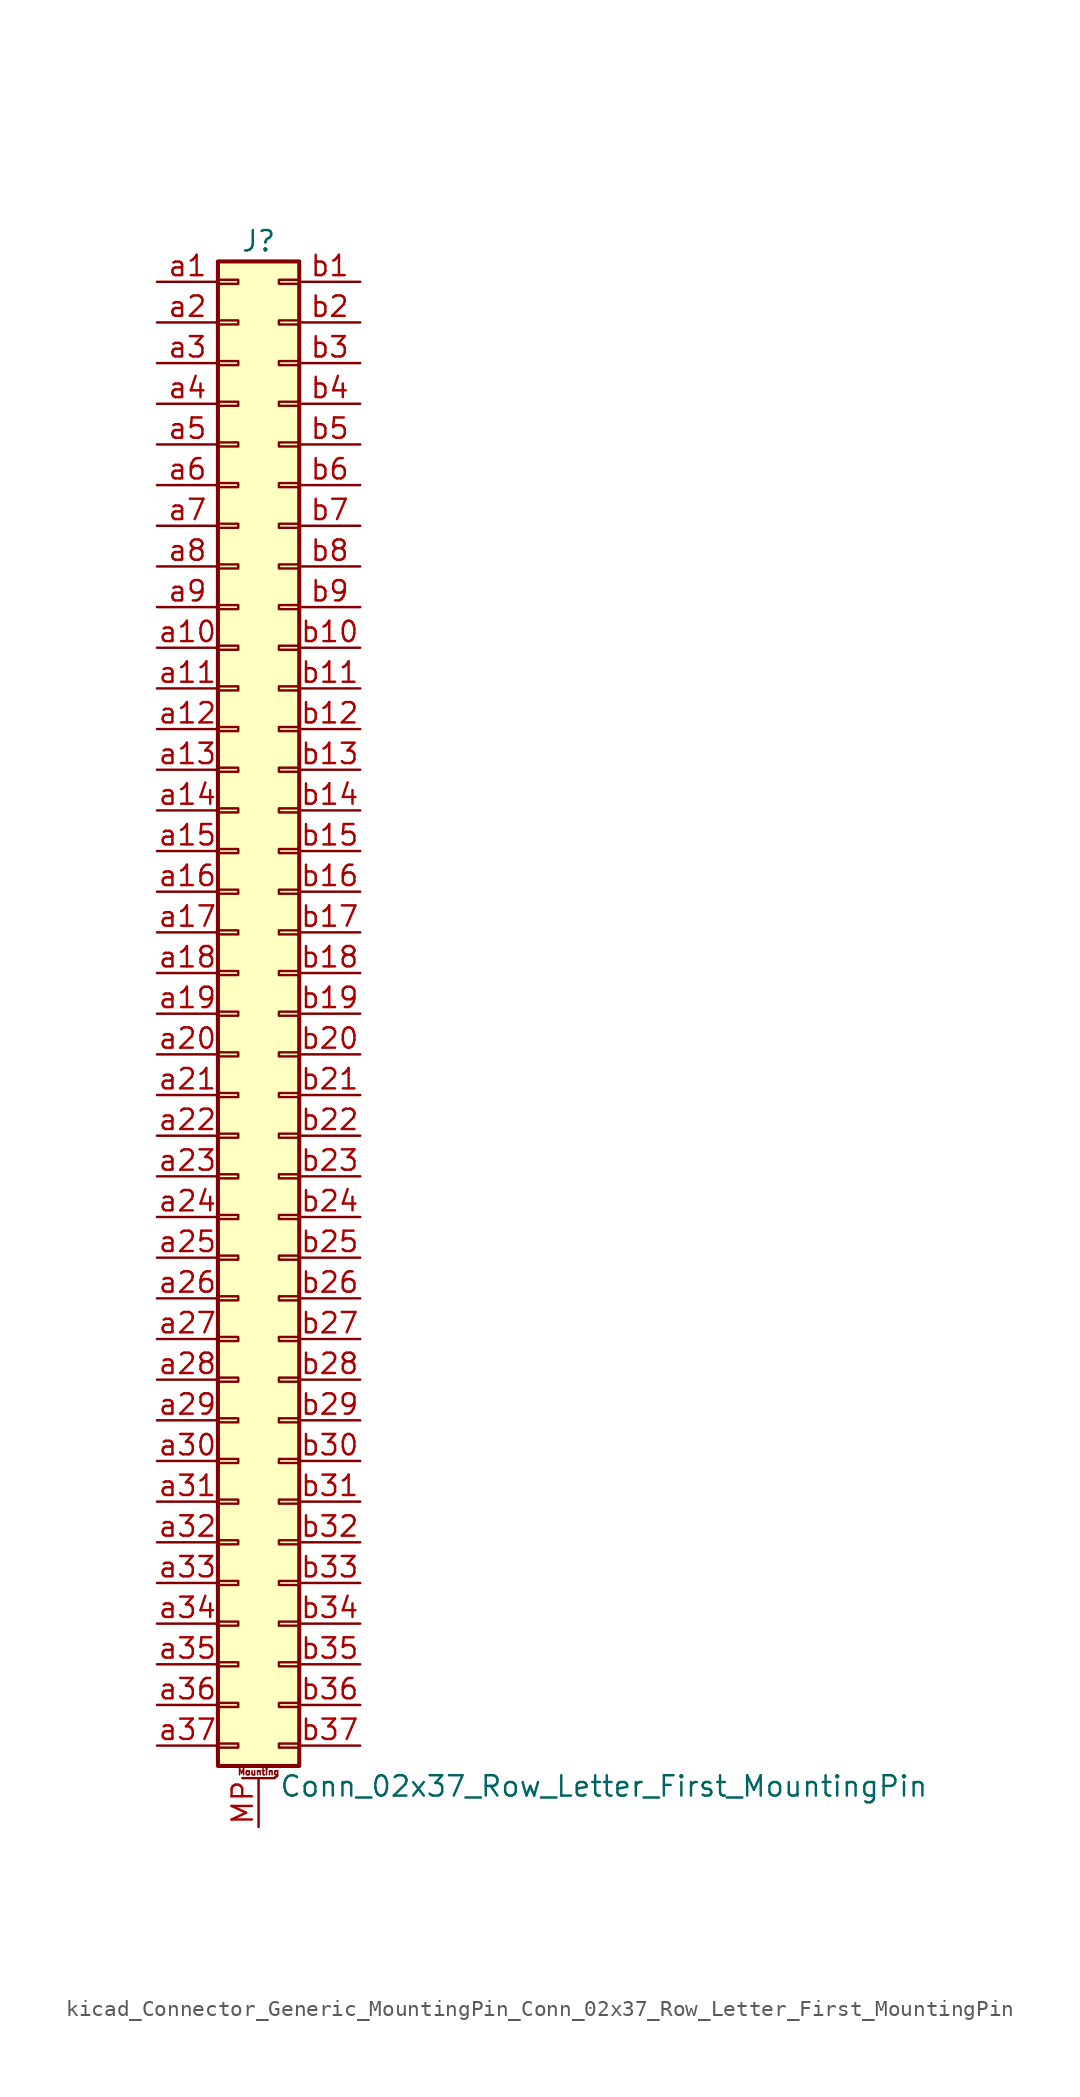
<source format=kicad_sym>
(kicad_symbol_lib
  (version 20220914)
  (generator kicad_symbol_editor)
  (symbol "kicad_Connector_Generic_MountingPin_Conn_02x37_Row_Letter_First_MountingPin"
    (pin_names
      (offset 1.016) hide)
    (property "Reference" "J"
      (at 1.27 48.26 0)
      (effects (font (size 1.27 1.27))))
    (property "Value" "Conn_02x37_Row_Letter_First_MountingPin"
      (at 2.54 -48.26 0)
      (effects (font (size 1.27 1.27)) (justify left)))
    (symbol "kicad_Connector_Generic_MountingPin_Conn_02x37_Row_Letter_First_MountingPin_1_1"
      (rectangle (start -1.27 -45.593) (end 0 -45.847) (stroke (width 0.152) (type default)) (fill (type none)))
      (rectangle (start -1.27 -43.053) (end 0 -43.307) (stroke (width 0.152) (type default)) (fill (type none)))
      (rectangle (start -1.27 -40.513) (end 0 -40.767) (stroke (width 0.152) (type default)) (fill (type none)))
      (rectangle (start -1.27 -37.973) (end 0 -38.227) (stroke (width 0.152) (type default)) (fill (type none)))
      (rectangle (start -1.27 -35.433) (end 0 -35.687) (stroke (width 0.152) (type default)) (fill (type none)))
      (rectangle (start -1.27 -32.893) (end 0 -33.147) (stroke (width 0.152) (type default)) (fill (type none)))
      (rectangle (start -1.27 -30.353) (end 0 -30.607) (stroke (width 0.152) (type default)) (fill (type none)))
      (rectangle (start -1.27 -27.813) (end 0 -28.067) (stroke (width 0.152) (type default)) (fill (type none)))
      (rectangle (start -1.27 -25.273) (end 0 -25.527) (stroke (width 0.152) (type default)) (fill (type none)))
      (rectangle (start -1.27 -22.733) (end 0 -22.987) (stroke (width 0.152) (type default)) (fill (type none)))
      (rectangle (start -1.27 -20.193) (end 0 -20.447) (stroke (width 0.152) (type default)) (fill (type none)))
      (rectangle (start -1.27 -17.653) (end 0 -17.907) (stroke (width 0.152) (type default)) (fill (type none)))
      (rectangle (start -1.27 -15.113) (end 0 -15.367) (stroke (width 0.152) (type default)) (fill (type none)))
      (rectangle (start -1.27 -12.573) (end 0 -12.827) (stroke (width 0.152) (type default)) (fill (type none)))
      (rectangle (start -1.27 -10.033) (end 0 -10.287) (stroke (width 0.152) (type default)) (fill (type none)))
      (rectangle (start -1.27 -7.493) (end 0 -7.747) (stroke (width 0.152) (type default)) (fill (type none)))
      (rectangle (start -1.27 -4.953) (end 0 -5.207) (stroke (width 0.152) (type default)) (fill (type none)))
      (rectangle (start -1.27 -2.413) (end 0 -2.667) (stroke (width 0.152) (type default)) (fill (type none)))
      (rectangle (start -1.27 0.127) (end 0 -0.127) (stroke (width 0.152) (type default)) (fill (type none)))
      (rectangle (start -1.27 2.667) (end 0 2.413) (stroke (width 0.152) (type default)) (fill (type none)))
      (rectangle (start -1.27 5.207) (end 0 4.953) (stroke (width 0.152) (type default)) (fill (type none)))
      (rectangle (start -1.27 7.747) (end 0 7.493) (stroke (width 0.152) (type default)) (fill (type none)))
      (rectangle (start -1.27 10.287) (end 0 10.033) (stroke (width 0.152) (type default)) (fill (type none)))
      (rectangle (start -1.27 12.827) (end 0 12.573) (stroke (width 0.152) (type default)) (fill (type none)))
      (rectangle (start -1.27 15.367) (end 0 15.113) (stroke (width 0.152) (type default)) (fill (type none)))
      (rectangle (start -1.27 17.907) (end 0 17.653) (stroke (width 0.152) (type default)) (fill (type none)))
      (rectangle (start -1.27 20.447) (end 0 20.193) (stroke (width 0.152) (type default)) (fill (type none)))
      (rectangle (start -1.27 22.987) (end 0 22.733) (stroke (width 0.152) (type default)) (fill (type none)))
      (rectangle (start -1.27 25.527) (end 0 25.273) (stroke (width 0.152) (type default)) (fill (type none)))
      (rectangle (start -1.27 28.067) (end 0 27.813) (stroke (width 0.152) (type default)) (fill (type none)))
      (rectangle (start -1.27 30.607) (end 0 30.353) (stroke (width 0.152) (type default)) (fill (type none)))
      (rectangle (start -1.27 33.147) (end 0 32.893) (stroke (width 0.152) (type default)) (fill (type none)))
      (rectangle (start -1.27 35.687) (end 0 35.433) (stroke (width 0.152) (type default)) (fill (type none)))
      (rectangle (start -1.27 38.227) (end 0 37.973) (stroke (width 0.152) (type default)) (fill (type none)))
      (rectangle (start -1.27 40.767) (end 0 40.513) (stroke (width 0.152) (type default)) (fill (type none)))
      (rectangle (start -1.27 43.307) (end 0 43.053) (stroke (width 0.152) (type default)) (fill (type none)))
      (rectangle (start -1.27 45.847) (end 0 45.593) (stroke (width 0.152) (type default)) (fill (type none)))
      (rectangle (start -1.27 46.99) (end 3.81 -46.99) (stroke (width 0.254) (type default)) (fill (type background)))
      (polyline (pts (xy 0.254 -47.752) (xy 2.286 -47.752)) (stroke (width 0.152) (type default)) (fill (type none)))
      (rectangle (start 3.81 -45.593) (end 2.54 -45.847) (stroke (width 0.152) (type default)) (fill (type none)))
      (rectangle (start 3.81 -43.053) (end 2.54 -43.307) (stroke (width 0.152) (type default)) (fill (type none)))
      (rectangle (start 3.81 -40.513) (end 2.54 -40.767) (stroke (width 0.152) (type default)) (fill (type none)))
      (rectangle (start 3.81 -37.973) (end 2.54 -38.227) (stroke (width 0.152) (type default)) (fill (type none)))
      (rectangle (start 3.81 -35.433) (end 2.54 -35.687) (stroke (width 0.152) (type default)) (fill (type none)))
      (rectangle (start 3.81 -32.893) (end 2.54 -33.147) (stroke (width 0.152) (type default)) (fill (type none)))
      (rectangle (start 3.81 -30.353) (end 2.54 -30.607) (stroke (width 0.152) (type default)) (fill (type none)))
      (rectangle (start 3.81 -27.813) (end 2.54 -28.067) (stroke (width 0.152) (type default)) (fill (type none)))
      (rectangle (start 3.81 -25.273) (end 2.54 -25.527) (stroke (width 0.152) (type default)) (fill (type none)))
      (rectangle (start 3.81 -22.733) (end 2.54 -22.987) (stroke (width 0.152) (type default)) (fill (type none)))
      (rectangle (start 3.81 -20.193) (end 2.54 -20.447) (stroke (width 0.152) (type default)) (fill (type none)))
      (rectangle (start 3.81 -17.653) (end 2.54 -17.907) (stroke (width 0.152) (type default)) (fill (type none)))
      (rectangle (start 3.81 -15.113) (end 2.54 -15.367) (stroke (width 0.152) (type default)) (fill (type none)))
      (rectangle (start 3.81 -12.573) (end 2.54 -12.827) (stroke (width 0.152) (type default)) (fill (type none)))
      (rectangle (start 3.81 -10.033) (end 2.54 -10.287) (stroke (width 0.152) (type default)) (fill (type none)))
      (rectangle (start 3.81 -7.493) (end 2.54 -7.747) (stroke (width 0.152) (type default)) (fill (type none)))
      (rectangle (start 3.81 -4.953) (end 2.54 -5.207) (stroke (width 0.152) (type default)) (fill (type none)))
      (rectangle (start 3.81 -2.413) (end 2.54 -2.667) (stroke (width 0.152) (type default)) (fill (type none)))
      (rectangle (start 3.81 0.127) (end 2.54 -0.127) (stroke (width 0.152) (type default)) (fill (type none)))
      (rectangle (start 3.81 2.667) (end 2.54 2.413) (stroke (width 0.152) (type default)) (fill (type none)))
      (rectangle (start 3.81 5.207) (end 2.54 4.953) (stroke (width 0.152) (type default)) (fill (type none)))
      (rectangle (start 3.81 7.747) (end 2.54 7.493) (stroke (width 0.152) (type default)) (fill (type none)))
      (rectangle (start 3.81 10.287) (end 2.54 10.033) (stroke (width 0.152) (type default)) (fill (type none)))
      (rectangle (start 3.81 12.827) (end 2.54 12.573) (stroke (width 0.152) (type default)) (fill (type none)))
      (rectangle (start 3.81 15.367) (end 2.54 15.113) (stroke (width 0.152) (type default)) (fill (type none)))
      (rectangle (start 3.81 17.907) (end 2.54 17.653) (stroke (width 0.152) (type default)) (fill (type none)))
      (rectangle (start 3.81 20.447) (end 2.54 20.193) (stroke (width 0.152) (type default)) (fill (type none)))
      (rectangle (start 3.81 22.987) (end 2.54 22.733) (stroke (width 0.152) (type default)) (fill (type none)))
      (rectangle (start 3.81 25.527) (end 2.54 25.273) (stroke (width 0.152) (type default)) (fill (type none)))
      (rectangle (start 3.81 28.067) (end 2.54 27.813) (stroke (width 0.152) (type default)) (fill (type none)))
      (rectangle (start 3.81 30.607) (end 2.54 30.353) (stroke (width 0.152) (type default)) (fill (type none)))
      (rectangle (start 3.81 33.147) (end 2.54 32.893) (stroke (width 0.152) (type default)) (fill (type none)))
      (rectangle (start 3.81 35.687) (end 2.54 35.433) (stroke (width 0.152) (type default)) (fill (type none)))
      (rectangle (start 3.81 38.227) (end 2.54 37.973) (stroke (width 0.152) (type default)) (fill (type none)))
      (rectangle (start 3.81 40.767) (end 2.54 40.513) (stroke (width 0.152) (type default)) (fill (type none)))
      (rectangle (start 3.81 43.307) (end 2.54 43.053) (stroke (width 0.152) (type default)) (fill (type none)))
      (rectangle (start 3.81 45.847) (end 2.54 45.593) (stroke (width 0.152) (type default)) (fill (type none)))
      (text "Mounting" (at 1.27 -47.371 0) (effects (font (size 0.381 0.381))))
      (pin passive line (at 1.27 -50.8 90) (length 3.048) (name "MountPin" (effects (font (size 1.27 1.27)))) (number "MP" (effects (font (size 1.27 1.27)))))
      (pin passive line (at -5.08 45.72 0) (length 3.81) (name "Pin_a1" (effects (font (size 1.27 1.27)))) (number "a1" (effects (font (size 1.27 1.27)))))
      (pin passive line (at -5.08 22.86 0) (length 3.81) (name "Pin_a10" (effects (font (size 1.27 1.27)))) (number "a10" (effects (font (size 1.27 1.27)))))
      (pin passive line (at -5.08 20.32 0) (length 3.81) (name "Pin_a11" (effects (font (size 1.27 1.27)))) (number "a11" (effects (font (size 1.27 1.27)))))
      (pin passive line (at -5.08 17.78 0) (length 3.81) (name "Pin_a12" (effects (font (size 1.27 1.27)))) (number "a12" (effects (font (size 1.27 1.27)))))
      (pin passive line (at -5.08 15.24 0) (length 3.81) (name "Pin_a13" (effects (font (size 1.27 1.27)))) (number "a13" (effects (font (size 1.27 1.27)))))
      (pin passive line (at -5.08 12.7 0) (length 3.81) (name "Pin_a14" (effects (font (size 1.27 1.27)))) (number "a14" (effects (font (size 1.27 1.27)))))
      (pin passive line (at -5.08 10.16 0) (length 3.81) (name "Pin_a15" (effects (font (size 1.27 1.27)))) (number "a15" (effects (font (size 1.27 1.27)))))
      (pin passive line (at -5.08 7.62 0) (length 3.81) (name "Pin_a16" (effects (font (size 1.27 1.27)))) (number "a16" (effects (font (size 1.27 1.27)))))
      (pin passive line (at -5.08 5.08 0) (length 3.81) (name "Pin_a17" (effects (font (size 1.27 1.27)))) (number "a17" (effects (font (size 1.27 1.27)))))
      (pin passive line (at -5.08 2.54 0) (length 3.81) (name "Pin_a18" (effects (font (size 1.27 1.27)))) (number "a18" (effects (font (size 1.27 1.27)))))
      (pin passive line (at -5.08 0 0) (length 3.81) (name "Pin_a19" (effects (font (size 1.27 1.27)))) (number "a19" (effects (font (size 1.27 1.27)))))
      (pin passive line (at -5.08 43.18 0) (length 3.81) (name "Pin_a2" (effects (font (size 1.27 1.27)))) (number "a2" (effects (font (size 1.27 1.27)))))
      (pin passive line (at -5.08 -2.54 0) (length 3.81) (name "Pin_a20" (effects (font (size 1.27 1.27)))) (number "a20" (effects (font (size 1.27 1.27)))))
      (pin passive line (at -5.08 -5.08 0) (length 3.81) (name "Pin_a21" (effects (font (size 1.27 1.27)))) (number "a21" (effects (font (size 1.27 1.27)))))
      (pin passive line (at -5.08 -7.62 0) (length 3.81) (name "Pin_a22" (effects (font (size 1.27 1.27)))) (number "a22" (effects (font (size 1.27 1.27)))))
      (pin passive line (at -5.08 -10.16 0) (length 3.81) (name "Pin_a23" (effects (font (size 1.27 1.27)))) (number "a23" (effects (font (size 1.27 1.27)))))
      (pin passive line (at -5.08 -12.7 0) (length 3.81) (name "Pin_a24" (effects (font (size 1.27 1.27)))) (number "a24" (effects (font (size 1.27 1.27)))))
      (pin passive line (at -5.08 -15.24 0) (length 3.81) (name "Pin_a25" (effects (font (size 1.27 1.27)))) (number "a25" (effects (font (size 1.27 1.27)))))
      (pin passive line (at -5.08 -17.78 0) (length 3.81) (name "Pin_a26" (effects (font (size 1.27 1.27)))) (number "a26" (effects (font (size 1.27 1.27)))))
      (pin passive line (at -5.08 -20.32 0) (length 3.81) (name "Pin_a27" (effects (font (size 1.27 1.27)))) (number "a27" (effects (font (size 1.27 1.27)))))
      (pin passive line (at -5.08 -22.86 0) (length 3.81) (name "Pin_a28" (effects (font (size 1.27 1.27)))) (number "a28" (effects (font (size 1.27 1.27)))))
      (pin passive line (at -5.08 -25.4 0) (length 3.81) (name "Pin_a29" (effects (font (size 1.27 1.27)))) (number "a29" (effects (font (size 1.27 1.27)))))
      (pin passive line (at -5.08 40.64 0) (length 3.81) (name "Pin_a3" (effects (font (size 1.27 1.27)))) (number "a3" (effects (font (size 1.27 1.27)))))
      (pin passive line (at -5.08 -27.94 0) (length 3.81) (name "Pin_a30" (effects (font (size 1.27 1.27)))) (number "a30" (effects (font (size 1.27 1.27)))))
      (pin passive line (at -5.08 -30.48 0) (length 3.81) (name "Pin_a31" (effects (font (size 1.27 1.27)))) (number "a31" (effects (font (size 1.27 1.27)))))
      (pin passive line (at -5.08 -33.02 0) (length 3.81) (name "Pin_a32" (effects (font (size 1.27 1.27)))) (number "a32" (effects (font (size 1.27 1.27)))))
      (pin passive line (at -5.08 -35.56 0) (length 3.81) (name "Pin_a33" (effects (font (size 1.27 1.27)))) (number "a33" (effects (font (size 1.27 1.27)))))
      (pin passive line (at -5.08 -38.1 0) (length 3.81) (name "Pin_a34" (effects (font (size 1.27 1.27)))) (number "a34" (effects (font (size 1.27 1.27)))))
      (pin passive line (at -5.08 -40.64 0) (length 3.81) (name "Pin_a35" (effects (font (size 1.27 1.27)))) (number "a35" (effects (font (size 1.27 1.27)))))
      (pin passive line (at -5.08 -43.18 0) (length 3.81) (name "Pin_a36" (effects (font (size 1.27 1.27)))) (number "a36" (effects (font (size 1.27 1.27)))))
      (pin passive line (at -5.08 -45.72 0) (length 3.81) (name "Pin_a37" (effects (font (size 1.27 1.27)))) (number "a37" (effects (font (size 1.27 1.27)))))
      (pin passive line (at -5.08 38.1 0) (length 3.81) (name "Pin_a4" (effects (font (size 1.27 1.27)))) (number "a4" (effects (font (size 1.27 1.27)))))
      (pin passive line (at -5.08 35.56 0) (length 3.81) (name "Pin_a5" (effects (font (size 1.27 1.27)))) (number "a5" (effects (font (size 1.27 1.27)))))
      (pin passive line (at -5.08 33.02 0) (length 3.81) (name "Pin_a6" (effects (font (size 1.27 1.27)))) (number "a6" (effects (font (size 1.27 1.27)))))
      (pin passive line (at -5.08 30.48 0) (length 3.81) (name "Pin_a7" (effects (font (size 1.27 1.27)))) (number "a7" (effects (font (size 1.27 1.27)))))
      (pin passive line (at -5.08 27.94 0) (length 3.81) (name "Pin_a8" (effects (font (size 1.27 1.27)))) (number "a8" (effects (font (size 1.27 1.27)))))
      (pin passive line (at -5.08 25.4 0) (length 3.81) (name "Pin_a9" (effects (font (size 1.27 1.27)))) (number "a9" (effects (font (size 1.27 1.27)))))
      (pin passive line (at 7.62 45.72 180) (length 3.81) (name "Pin_b1" (effects (font (size 1.27 1.27)))) (number "b1" (effects (font (size 1.27 1.27)))))
      (pin passive line (at 7.62 22.86 180) (length 3.81) (name "Pin_b10" (effects (font (size 1.27 1.27)))) (number "b10" (effects (font (size 1.27 1.27)))))
      (pin passive line (at 7.62 20.32 180) (length 3.81) (name "Pin_b11" (effects (font (size 1.27 1.27)))) (number "b11" (effects (font (size 1.27 1.27)))))
      (pin passive line (at 7.62 17.78 180) (length 3.81) (name "Pin_b12" (effects (font (size 1.27 1.27)))) (number "b12" (effects (font (size 1.27 1.27)))))
      (pin passive line (at 7.62 15.24 180) (length 3.81) (name "Pin_b13" (effects (font (size 1.27 1.27)))) (number "b13" (effects (font (size 1.27 1.27)))))
      (pin passive line (at 7.62 12.7 180) (length 3.81) (name "Pin_b14" (effects (font (size 1.27 1.27)))) (number "b14" (effects (font (size 1.27 1.27)))))
      (pin passive line (at 7.62 10.16 180) (length 3.81) (name "Pin_b15" (effects (font (size 1.27 1.27)))) (number "b15" (effects (font (size 1.27 1.27)))))
      (pin passive line (at 7.62 7.62 180) (length 3.81) (name "Pin_b16" (effects (font (size 1.27 1.27)))) (number "b16" (effects (font (size 1.27 1.27)))))
      (pin passive line (at 7.62 5.08 180) (length 3.81) (name "Pin_b17" (effects (font (size 1.27 1.27)))) (number "b17" (effects (font (size 1.27 1.27)))))
      (pin passive line (at 7.62 2.54 180) (length 3.81) (name "Pin_b18" (effects (font (size 1.27 1.27)))) (number "b18" (effects (font (size 1.27 1.27)))))
      (pin passive line (at 7.62 0 180) (length 3.81) (name "Pin_b19" (effects (font (size 1.27 1.27)))) (number "b19" (effects (font (size 1.27 1.27)))))
      (pin passive line (at 7.62 43.18 180) (length 3.81) (name "Pin_b2" (effects (font (size 1.27 1.27)))) (number "b2" (effects (font (size 1.27 1.27)))))
      (pin passive line (at 7.62 -2.54 180) (length 3.81) (name "Pin_b20" (effects (font (size 1.27 1.27)))) (number "b20" (effects (font (size 1.27 1.27)))))
      (pin passive line (at 7.62 -5.08 180) (length 3.81) (name "Pin_b21" (effects (font (size 1.27 1.27)))) (number "b21" (effects (font (size 1.27 1.27)))))
      (pin passive line (at 7.62 -7.62 180) (length 3.81) (name "Pin_b22" (effects (font (size 1.27 1.27)))) (number "b22" (effects (font (size 1.27 1.27)))))
      (pin passive line (at 7.62 -10.16 180) (length 3.81) (name "Pin_b23" (effects (font (size 1.27 1.27)))) (number "b23" (effects (font (size 1.27 1.27)))))
      (pin passive line (at 7.62 -12.7 180) (length 3.81) (name "Pin_b24" (effects (font (size 1.27 1.27)))) (number "b24" (effects (font (size 1.27 1.27)))))
      (pin passive line (at 7.62 -15.24 180) (length 3.81) (name "Pin_b25" (effects (font (size 1.27 1.27)))) (number "b25" (effects (font (size 1.27 1.27)))))
      (pin passive line (at 7.62 -17.78 180) (length 3.81) (name "Pin_b26" (effects (font (size 1.27 1.27)))) (number "b26" (effects (font (size 1.27 1.27)))))
      (pin passive line (at 7.62 -20.32 180) (length 3.81) (name "Pin_b27" (effects (font (size 1.27 1.27)))) (number "b27" (effects (font (size 1.27 1.27)))))
      (pin passive line (at 7.62 -22.86 180) (length 3.81) (name "Pin_b28" (effects (font (size 1.27 1.27)))) (number "b28" (effects (font (size 1.27 1.27)))))
      (pin passive line (at 7.62 -25.4 180) (length 3.81) (name "Pin_b29" (effects (font (size 1.27 1.27)))) (number "b29" (effects (font (size 1.27 1.27)))))
      (pin passive line (at 7.62 40.64 180) (length 3.81) (name "Pin_b3" (effects (font (size 1.27 1.27)))) (number "b3" (effects (font (size 1.27 1.27)))))
      (pin passive line (at 7.62 -27.94 180) (length 3.81) (name "Pin_b30" (effects (font (size 1.27 1.27)))) (number "b30" (effects (font (size 1.27 1.27)))))
      (pin passive line (at 7.62 -30.48 180) (length 3.81) (name "Pin_b31" (effects (font (size 1.27 1.27)))) (number "b31" (effects (font (size 1.27 1.27)))))
      (pin passive line (at 7.62 -33.02 180) (length 3.81) (name "Pin_b32" (effects (font (size 1.27 1.27)))) (number "b32" (effects (font (size 1.27 1.27)))))
      (pin passive line (at 7.62 -35.56 180) (length 3.81) (name "Pin_b33" (effects (font (size 1.27 1.27)))) (number "b33" (effects (font (size 1.27 1.27)))))
      (pin passive line (at 7.62 -38.1 180) (length 3.81) (name "Pin_b34" (effects (font (size 1.27 1.27)))) (number "b34" (effects (font (size 1.27 1.27)))))
      (pin passive line (at 7.62 -40.64 180) (length 3.81) (name "Pin_b35" (effects (font (size 1.27 1.27)))) (number "b35" (effects (font (size 1.27 1.27)))))
      (pin passive line (at 7.62 -43.18 180) (length 3.81) (name "Pin_b36" (effects (font (size 1.27 1.27)))) (number "b36" (effects (font (size 1.27 1.27)))))
      (pin passive line (at 7.62 -45.72 180) (length 3.81) (name "Pin_b37" (effects (font (size 1.27 1.27)))) (number "b37" (effects (font (size 1.27 1.27)))))
      (pin passive line (at 7.62 38.1 180) (length 3.81) (name "Pin_b4" (effects (font (size 1.27 1.27)))) (number "b4" (effects (font (size 1.27 1.27)))))
      (pin passive line (at 7.62 35.56 180) (length 3.81) (name "Pin_b5" (effects (font (size 1.27 1.27)))) (number "b5" (effects (font (size 1.27 1.27)))))
      (pin passive line (at 7.62 33.02 180) (length 3.81) (name "Pin_b6" (effects (font (size 1.27 1.27)))) (number "b6" (effects (font (size 1.27 1.27)))))
      (pin passive line (at 7.62 30.48 180) (length 3.81) (name "Pin_b7" (effects (font (size 1.27 1.27)))) (number "b7" (effects (font (size 1.27 1.27)))))
      (pin passive line (at 7.62 27.94 180) (length 3.81) (name "Pin_b8" (effects (font (size 1.27 1.27)))) (number "b8" (effects (font (size 1.27 1.27)))))
      (pin passive line (at 7.62 25.4 180) (length 3.81) (name "Pin_b9" (effects (font (size 1.27 1.27)))) (number "b9" (effects (font (size 1.27 1.27))))))))
</source>
